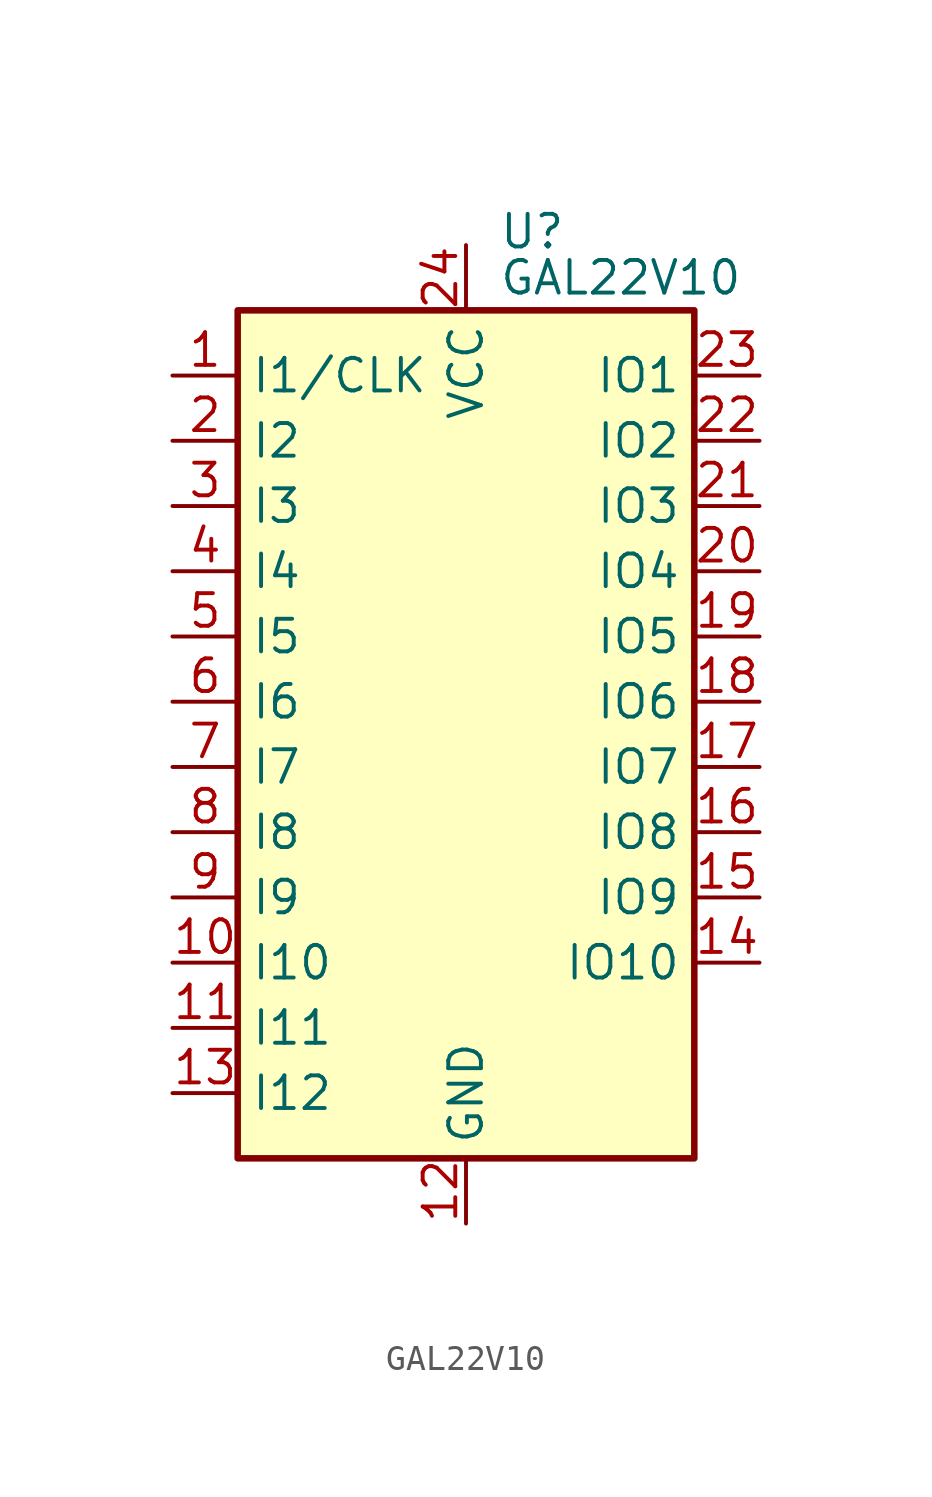
<source format=kicad_sym>
(kicad_symbol_lib
  (version 20220914)
  (generator kicad_symbol_editor)
  (symbol "GAL22V10"
    (property "Reference" "U"
      (at 1.27 3.81 0)
      (effects (font (size 1.27 1.27)) (justify left top)))
    (property "Value" "GAL22V10"
      (at 1.27 1.27 0)
      (effects (font (size 1.27 1.27)) (justify left)))
    (symbol "GAL22V10_1_1"
      (rectangle (start -8.89 0) (end 8.89 -33.02) (stroke (width 0.254) (type default)) (fill (type background)))
      (pin input line (at -11.43 -2.54 0) (length 2.54) (name "I1/CLK" (effects (font (size 1.27 1.27)))) (number "1" (effects (font (size 1.27 1.27)))))
      (pin input line (at -11.43 -25.4 0) (length 2.54) (name "I10" (effects (font (size 1.27 1.27)))) (number "10" (effects (font (size 1.27 1.27)))))
      (pin input line (at -11.43 -27.94 0) (length 2.54) (name "I11" (effects (font (size 1.27 1.27)))) (number "11" (effects (font (size 1.27 1.27)))))
      (pin power_in line (at 0 -35.56 90) (length 2.54) (name "GND" (effects (font (size 1.27 1.27)))) (number "12" (effects (font (size 1.27 1.27)))))
      (pin input line (at -11.43 -30.48 0) (length 2.54) (name "I12" (effects (font (size 1.27 1.27)))) (number "13" (effects (font (size 1.27 1.27)))))
      (pin bidirectional line (at 11.43 -25.4 180) (length 2.54) (name "IO10" (effects (font (size 1.27 1.27)))) (number "14" (effects (font (size 1.27 1.27)))))
      (pin bidirectional line (at 11.43 -22.86 180) (length 2.54) (name "IO9" (effects (font (size 1.27 1.27)))) (number "15" (effects (font (size 1.27 1.27)))))
      (pin bidirectional line (at 11.43 -20.32 180) (length 2.54) (name "IO8" (effects (font (size 1.27 1.27)))) (number "16" (effects (font (size 1.27 1.27)))))
      (pin bidirectional line (at 11.43 -17.78 180) (length 2.54) (name "IO7" (effects (font (size 1.27 1.27)))) (number "17" (effects (font (size 1.27 1.27)))))
      (pin bidirectional line (at 11.43 -15.24 180) (length 2.54) (name "IO6" (effects (font (size 1.27 1.27)))) (number "18" (effects (font (size 1.27 1.27)))))
      (pin bidirectional line (at 11.43 -12.7 180) (length 2.54) (name "IO5" (effects (font (size 1.27 1.27)))) (number "19" (effects (font (size 1.27 1.27)))))
      (pin input line (at -11.43 -5.08 0) (length 2.54) (name "I2" (effects (font (size 1.27 1.27)))) (number "2" (effects (font (size 1.27 1.27)))))
      (pin bidirectional line (at 11.43 -10.16 180) (length 2.54) (name "IO4" (effects (font (size 1.27 1.27)))) (number "20" (effects (font (size 1.27 1.27)))))
      (pin bidirectional line (at 11.43 -7.62 180) (length 2.54) (name "IO3" (effects (font (size 1.27 1.27)))) (number "21" (effects (font (size 1.27 1.27)))))
      (pin bidirectional line (at 11.43 -5.08 180) (length 2.54) (name "IO2" (effects (font (size 1.27 1.27)))) (number "22" (effects (font (size 1.27 1.27)))))
      (pin bidirectional line (at 11.43 -2.54 180) (length 2.54) (name "IO1" (effects (font (size 1.27 1.27)))) (number "23" (effects (font (size 1.27 1.27)))))
      (pin power_in line (at 0 2.54 270) (length 2.54) (name "VCC" (effects (font (size 1.27 1.27)))) (number "24" (effects (font (size 1.27 1.27)))))
      (pin input line (at -11.43 -7.62 0) (length 2.54) (name "I3" (effects (font (size 1.27 1.27)))) (number "3" (effects (font (size 1.27 1.27)))))
      (pin input line (at -11.43 -10.16 0) (length 2.54) (name "I4" (effects (font (size 1.27 1.27)))) (number "4" (effects (font (size 1.27 1.27)))))
      (pin input line (at -11.43 -12.7 0) (length 2.54) (name "I5" (effects (font (size 1.27 1.27)))) (number "5" (effects (font (size 1.27 1.27)))))
      (pin input line (at -11.43 -15.24 0) (length 2.54) (name "I6" (effects (font (size 1.27 1.27)))) (number "6" (effects (font (size 1.27 1.27)))))
      (pin input line (at -11.43 -17.78 0) (length 2.54) (name "I7" (effects (font (size 1.27 1.27)))) (number "7" (effects (font (size 1.27 1.27)))))
      (pin input line (at -11.43 -20.32 0) (length 2.54) (name "I8" (effects (font (size 1.27 1.27)))) (number "8" (effects (font (size 1.27 1.27)))))
      (pin input line (at -11.43 -22.86 0) (length 2.54) (name "I9" (effects (font (size 1.27 1.27)))) (number "9" (effects (font (size 1.27 1.27))))))))
</source>
